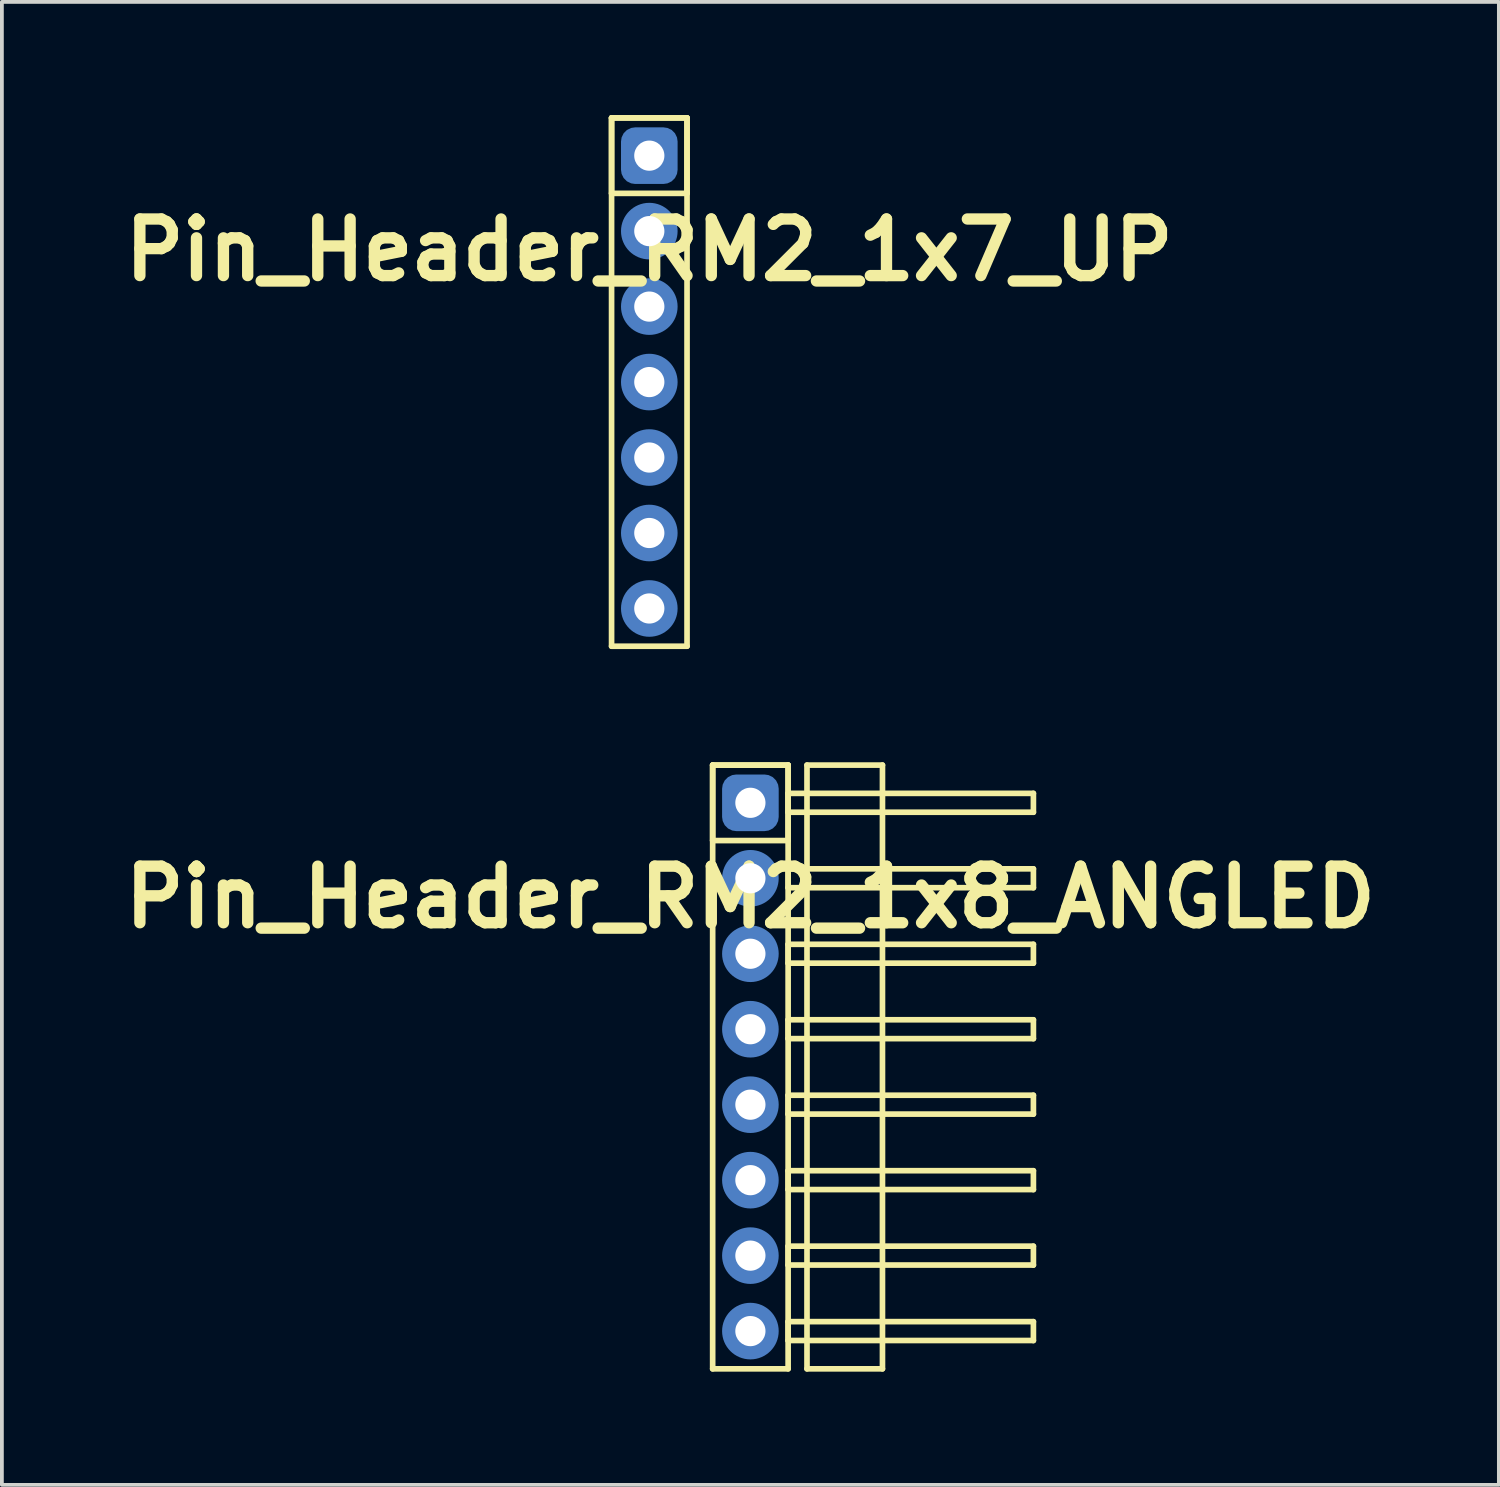
<source format=kicad_pcb>
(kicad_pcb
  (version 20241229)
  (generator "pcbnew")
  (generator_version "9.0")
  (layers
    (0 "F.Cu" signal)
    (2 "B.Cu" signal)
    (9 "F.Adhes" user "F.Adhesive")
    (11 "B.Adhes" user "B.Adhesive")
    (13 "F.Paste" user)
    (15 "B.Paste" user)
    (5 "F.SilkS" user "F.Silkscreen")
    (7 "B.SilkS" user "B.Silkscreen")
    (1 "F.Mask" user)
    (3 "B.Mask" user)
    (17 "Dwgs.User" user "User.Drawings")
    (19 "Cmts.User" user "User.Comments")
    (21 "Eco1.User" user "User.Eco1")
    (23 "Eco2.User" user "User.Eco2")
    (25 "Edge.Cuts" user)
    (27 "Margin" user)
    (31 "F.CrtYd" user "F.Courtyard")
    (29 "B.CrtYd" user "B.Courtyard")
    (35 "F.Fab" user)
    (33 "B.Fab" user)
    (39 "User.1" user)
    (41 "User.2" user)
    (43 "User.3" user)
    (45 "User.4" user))
  (footprint "Pin_Header_RM2_1x7_UP"
    (layer "F.Cu")
    (at 14.157 1.075)
    (property "Reference" "Pin_Header_RM2_1x7_UP" (at 0 2.5 0) (layer "F.SilkS") (effects (font (size 1.5 1.5) (thickness 0.3))))
    (attr through_hole)
    (fp_line (start -1 -1) (end 1 -1) (stroke (width 0.15) (type solid)) (layer "F.SilkS"))
    (fp_line (start -1 -1) (end 1 -1) (stroke (width 0.15) (type solid)) (layer "F.SilkS"))
    (fp_line (start -1 1) (end -1 -1) (stroke (width 0.15) (type solid)) (layer "F.SilkS"))
    (fp_line (start -1 13) (end -1 -1) (stroke (width 0.15) (type solid)) (layer "F.SilkS"))
    (fp_line (start 1 -1) (end 1 1) (stroke (width 0.15) (type solid)) (layer "F.SilkS"))
    (fp_line (start 1 -1) (end 1 13) (stroke (width 0.15) (type solid)) (layer "F.SilkS"))
    (fp_line (start 1 1) (end -1 1) (stroke (width 0.15) (type solid)) (layer "F.SilkS"))
    (fp_line (start 1 13) (end -1 13) (stroke (width 0.15) (type solid)) (layer "F.SilkS"))
    (pad "1" thru_hole circle (at 0 0) (size 1.1 1.1) (drill 0.8) (layers "*.Cu" "*.Mask"))
    (pad "1" smd roundrect (at 0 0) (size 1.25 1.25) (layers "F.Cu" "F.Mask") (roundrect_rratio 0.25))
    (pad "1" smd roundrect (at 0 0) (size 1.5 1.5) (layers "B.Cu" "B.Mask") (roundrect_rratio 0.25))
    (pad "2" thru_hole circle (at 0 2) (size 1.1 1.1) (drill 0.8) (layers "*.Cu" "*.Mask"))
    (pad "2" smd circle (at 0 2) (size 1.25 1.25) (layers "F.Cu" "F.Mask"))
    (pad "2" smd circle (at 0 2) (size 1.5 1.5) (layers "B.Cu" "B.Mask"))
    (pad "3" thru_hole circle (at 0 4) (size 1.1 1.1) (drill 0.8) (layers "*.Cu" "*.Mask"))
    (pad "3" smd circle (at 0 4) (size 1.25 1.25) (layers "F.Cu" "F.Mask"))
    (pad "3" smd circle (at 0 4) (size 1.5 1.5) (layers "B.Cu" "B.Mask"))
    (pad "4" thru_hole circle (at 0 6) (size 1.1 1.1) (drill 0.8) (layers "*.Cu" "*.Mask"))
    (pad "4" smd circle (at 0 6) (size 1.25 1.25) (layers "F.Cu" "F.Mask"))
    (pad "4" smd circle (at 0 6) (size 1.5 1.5) (layers "B.Cu" "B.Mask"))
    (pad "5" thru_hole circle (at 0 8) (size 1.1 1.1) (drill 0.8) (layers "*.Cu" "*.Mask"))
    (pad "5" smd circle (at 0 8) (size 1.25 1.25) (layers "F.Cu" "F.Mask"))
    (pad "5" smd circle (at 0 8) (size 1.5 1.5) (layers "B.Cu" "B.Mask"))
    (pad "6" thru_hole circle (at 0 10) (size 1.1 1.1) (drill 0.8) (layers "*.Cu" "*.Mask"))
    (pad "6" smd circle (at 0 10) (size 1.25 1.25) (layers "F.Cu" "F.Mask"))
    (pad "6" smd circle (at 0 10) (size 1.5 1.5) (layers "B.Cu" "B.Mask"))
    (pad "7" thru_hole circle (at 0 12) (size 1.1 1.1) (drill 0.8) (layers "*.Cu" "*.Mask"))
    (pad "7" smd circle (at 0 12) (size 1.25 1.25) (layers "F.Cu" "F.Mask"))
    (pad "7" smd circle (at 0 12) (size 1.5 1.5) (layers "B.Cu" "B.Mask")))
  (footprint "Pin_Header_RM2_1x8_ANGLED"
    (layer "F.Cu")
    (at 16.836 18.225)
    (property "Reference" "Pin_Header_RM2_1x8_ANGLED" (at 0 2.5 0) (layer "F.SilkS") (effects (font (size 1.5 1.5) (thickness 0.3))))
    (attr through_hole)
    (fp_line (start -1 -1) (end 1 -1) (stroke (width 0.15) (type solid)) (layer "F.SilkS"))
    (fp_line (start -1 -1) (end 1 -1) (stroke (width 0.15) (type solid)) (layer "F.SilkS"))
    (fp_line (start -1 1) (end -1 -1) (stroke (width 0.15) (type solid)) (layer "F.SilkS"))
    (fp_line (start -1 15) (end -1 -1) (stroke (width 0.15) (type solid)) (layer "F.SilkS"))
    (fp_line (start 1 -1) (end 1 1) (stroke (width 0.15) (type solid)) (layer "F.SilkS"))
    (fp_line (start 1 -1) (end 1 15) (stroke (width 0.15) (type solid)) (layer "F.SilkS"))
    (fp_line (start 1 -0.25) (end 7.5 -0.25) (stroke (width 0.15) (type solid)) (layer "F.SilkS"))
    (fp_line (start 1 0.25) (end 1 -0.25) (stroke (width 0.15) (type solid)) (layer "F.SilkS"))
    (fp_line (start 1 1) (end -1 1) (stroke (width 0.15) (type solid)) (layer "F.SilkS"))
    (fp_line (start 1 1.75) (end 7.5 1.75) (stroke (width 0.15) (type solid)) (layer "F.SilkS"))
    (fp_line (start 1 2.25) (end 1 1.75) (stroke (width 0.15) (type solid)) (layer "F.SilkS"))
    (fp_line (start 1 3.75) (end 7.5 3.75) (stroke (width 0.15) (type solid)) (layer "F.SilkS"))
    (fp_line (start 1 4.25) (end 1 3.75) (stroke (width 0.15) (type solid)) (layer "F.SilkS"))
    (fp_line (start 1 5.75) (end 7.5 5.75) (stroke (width 0.15) (type solid)) (layer "F.SilkS"))
    (fp_line (start 1 6.25) (end 1 5.75) (stroke (width 0.15) (type solid)) (layer "F.SilkS"))
    (fp_line (start 1 7.75) (end 7.5 7.75) (stroke (width 0.15) (type solid)) (layer "F.SilkS"))
    (fp_line (start 1 8.25) (end 1 7.75) (stroke (width 0.15) (type solid)) (layer "F.SilkS"))
    (fp_line (start 1 9.75) (end 7.5 9.75) (stroke (width 0.15) (type solid)) (layer "F.SilkS"))
    (fp_line (start 1 10.25) (end 1 9.75) (stroke (width 0.15) (type solid)) (layer "F.SilkS"))
    (fp_line (start 1 11.75) (end 7.5 11.75) (stroke (width 0.15) (type solid)) (layer "F.SilkS"))
    (fp_line (start 1 12.25) (end 1 11.75) (stroke (width 0.15) (type solid)) (layer "F.SilkS"))
    (fp_line (start 1 13.75) (end 7.5 13.75) (stroke (width 0.15) (type solid)) (layer "F.SilkS"))
    (fp_line (start 1 14.25) (end 1 13.75) (stroke (width 0.15) (type solid)) (layer "F.SilkS"))
    (fp_line (start 1 15) (end -1 15) (stroke (width 0.15) (type solid)) (layer "F.SilkS"))
    (fp_line (start 1.5 -1) (end 3.5 -1) (stroke (width 0.15) (type solid)) (layer "F.SilkS"))
    (fp_line (start 1.5 15) (end 1.5 -1) (stroke (width 0.15) (type solid)) (layer "F.SilkS"))
    (fp_line (start 3.5 -1) (end 3.5 15) (stroke (width 0.15) (type solid)) (layer "F.SilkS"))
    (fp_line (start 3.5 15) (end 1.5 15) (stroke (width 0.15) (type solid)) (layer "F.SilkS"))
    (fp_line (start 7.5 -0.25) (end 7.5 0.25) (stroke (width 0.15) (type solid)) (layer "F.SilkS"))
    (fp_line (start 7.5 0.25) (end 1 0.25) (stroke (width 0.15) (type solid)) (layer "F.SilkS"))
    (fp_line (start 7.5 1.75) (end 7.5 2.25) (stroke (width 0.15) (type solid)) (layer "F.SilkS"))
    (fp_line (start 7.5 2.25) (end 1 2.25) (stroke (width 0.15) (type solid)) (layer "F.SilkS"))
    (fp_line (start 7.5 3.75) (end 7.5 4.25) (stroke (width 0.15) (type solid)) (layer "F.SilkS"))
    (fp_line (start 7.5 4.25) (end 1 4.25) (stroke (width 0.15) (type solid)) (layer "F.SilkS"))
    (fp_line (start 7.5 5.75) (end 7.5 6.25) (stroke (width 0.15) (type solid)) (layer "F.SilkS"))
    (fp_line (start 7.5 6.25) (end 1 6.25) (stroke (width 0.15) (type solid)) (layer "F.SilkS"))
    (fp_line (start 7.5 7.75) (end 7.5 8.25) (stroke (width 0.15) (type solid)) (layer "F.SilkS"))
    (fp_line (start 7.5 8.25) (end 1 8.25) (stroke (width 0.15) (type solid)) (layer "F.SilkS"))
    (fp_line (start 7.5 9.75) (end 7.5 10.25) (stroke (width 0.15) (type solid)) (layer "F.SilkS"))
    (fp_line (start 7.5 10.25) (end 1 10.25) (stroke (width 0.15) (type solid)) (layer "F.SilkS"))
    (fp_line (start 7.5 11.75) (end 7.5 12.25) (stroke (width 0.15) (type solid)) (layer "F.SilkS"))
    (fp_line (start 7.5 12.25) (end 1 12.25) (stroke (width 0.15) (type solid)) (layer "F.SilkS"))
    (fp_line (start 7.5 13.75) (end 7.5 14.25) (stroke (width 0.15) (type solid)) (layer "F.SilkS"))
    (fp_line (start 7.5 14.25) (end 1 14.25) (stroke (width 0.15) (type solid)) (layer "F.SilkS"))
    (pad "1" thru_hole circle (at 0 0) (size 1.1 1.1) (drill 0.8) (layers "*.Cu" "*.Mask"))
    (pad "1" smd roundrect (at 0 0) (size 1.25 1.25) (layers "F.Cu" "F.Mask") (roundrect_rratio 0.25))
    (pad "1" smd roundrect (at 0 0) (size 1.5 1.5) (layers "B.Cu" "B.Mask") (roundrect_rratio 0.25))
    (pad "2" thru_hole circle (at 0 2) (size 1.1 1.1) (drill 0.8) (layers "*.Cu" "*.Mask"))
    (pad "2" smd circle (at 0 2) (size 1.25 1.25) (layers "F.Cu" "F.Mask"))
    (pad "2" smd circle (at 0 2) (size 1.5 1.5) (layers "B.Cu" "B.Mask"))
    (pad "3" thru_hole circle (at 0 4) (size 1.1 1.1) (drill 0.8) (layers "*.Cu" "*.Mask"))
    (pad "3" smd circle (at 0 4) (size 1.25 1.25) (layers "F.Cu" "F.Mask"))
    (pad "3" smd circle (at 0 4) (size 1.5 1.5) (layers "B.Cu" "B.Mask"))
    (pad "4" thru_hole circle (at 0 6) (size 1.1 1.1) (drill 0.8) (layers "*.Cu" "*.Mask"))
    (pad "4" smd circle (at 0 6) (size 1.25 1.25) (layers "F.Cu" "F.Mask"))
    (pad "4" smd circle (at 0 6) (size 1.5 1.5) (layers "B.Cu" "B.Mask"))
    (pad "5" thru_hole circle (at 0 8) (size 1.1 1.1) (drill 0.8) (layers "*.Cu" "*.Mask"))
    (pad "5" smd circle (at 0 8) (size 1.25 1.25) (layers "F.Cu" "F.Mask"))
    (pad "5" smd circle (at 0 8) (size 1.5 1.5) (layers "B.Cu" "B.Mask"))
    (pad "6" thru_hole circle (at 0 10) (size 1.1 1.1) (drill 0.8) (layers "*.Cu" "*.Mask"))
    (pad "6" smd circle (at 0 10) (size 1.25 1.25) (layers "F.Cu" "F.Mask"))
    (pad "6" smd circle (at 0 10) (size 1.5 1.5) (layers "B.Cu" "B.Mask"))
    (pad "7" thru_hole circle (at 0 12) (size 1.1 1.1) (drill 0.8) (layers "*.Cu" "*.Mask"))
    (pad "7" smd circle (at 0 12) (size 1.25 1.25) (layers "F.Cu" "F.Mask"))
    (pad "7" smd circle (at 0 12) (size 1.5 1.5) (layers "B.Cu" "B.Mask"))
    (pad "8" thru_hole circle (at 0 14) (size 1.1 1.1) (drill 0.8) (layers "*.Cu" "*.Mask"))
    (pad "8" smd circle (at 0 14) (size 1.25 1.25) (layers "F.Cu" "F.Mask"))
    (pad "8" smd circle (at 0 14) (size 1.5 1.5) (layers "B.Cu" "B.Mask")))
  (gr_rect
    (start -3 -3)
    (end 36.671 36.3)
    (stroke (width 0.1) (type default))
    (fill no)
    (layer "Edge.Cuts")))
</source>
